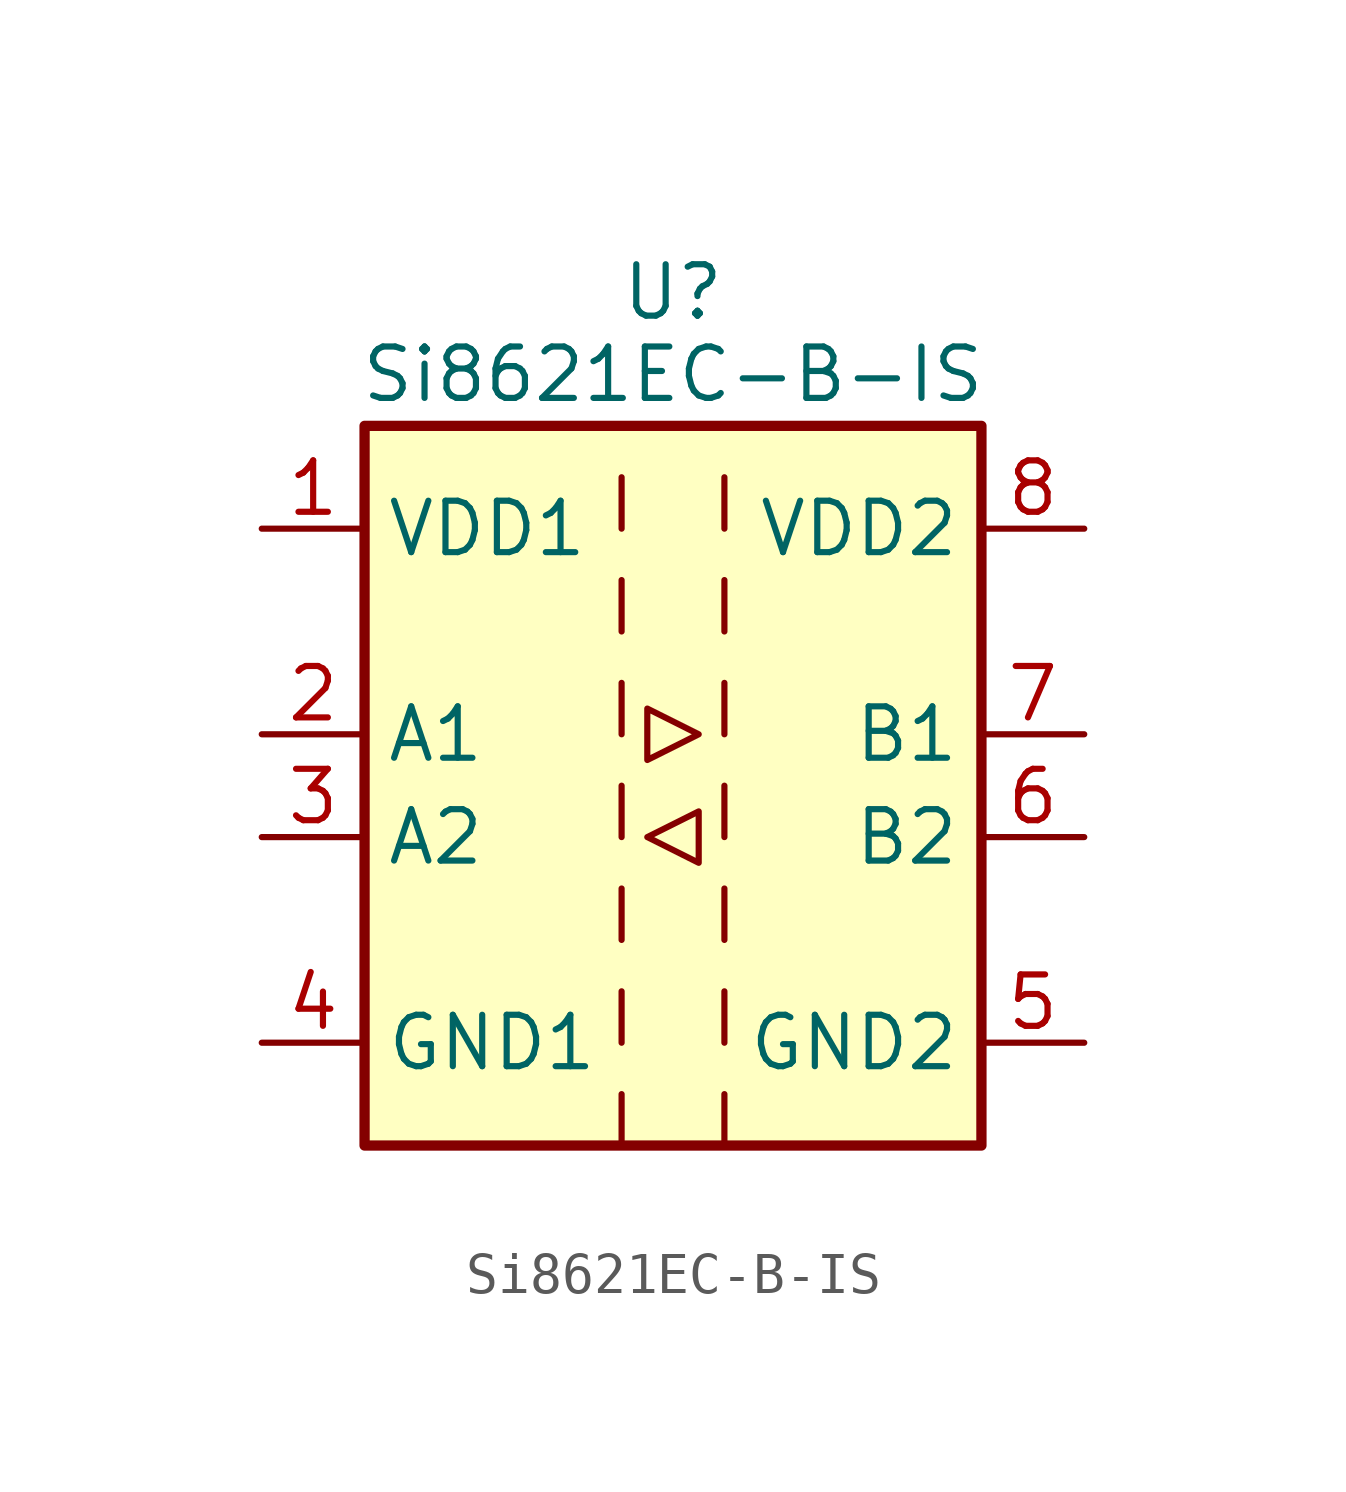
<source format=kicad_sym>
(kicad_symbol_lib
  (version 20231120)
  (generator "kicad_symbol_editor")
  (generator_version "8.0")
  (symbol "Si8621EC-B-IS"
    (property "Reference" "U"
      (at 0 12.192 0)
      (effects (font (size 1.27 1.27))))
    (property "Value" "Si8621EC-B-IS"
      (at 0 10.16 0)
      (effects (font (size 1.27 1.27))))
    (symbol "Si8621EC-B-IS_0_1"
      (rectangle (start -7.62 8.89) (end 7.62 -8.89) (stroke (width 0.254) (type default)) (fill (type background)))
      (polyline (pts (xy -1.27 -7.62) (xy -1.27 -8.89)) (stroke (width 0) (type default)) (fill (type none)))
      (polyline (pts (xy -1.27 -5.08) (xy -1.27 -6.35)) (stroke (width 0) (type default)) (fill (type none)))
      (polyline (pts (xy -1.27 -2.54) (xy -1.27 -3.81)) (stroke (width 0) (type default)) (fill (type none)))
      (polyline (pts (xy -1.27 0) (xy -1.27 -1.27)) (stroke (width 0) (type default)) (fill (type none)))
      (polyline (pts (xy -1.27 2.54) (xy -1.27 1.27)) (stroke (width 0) (type default)) (fill (type none)))
      (polyline (pts (xy -1.27 5.08) (xy -1.27 3.81)) (stroke (width 0) (type default)) (fill (type none)))
      (polyline (pts (xy -1.27 7.62) (xy -1.27 6.35)) (stroke (width 0) (type default)) (fill (type none)))
      (polyline (pts (xy 1.27 -7.62) (xy 1.27 -8.89)) (stroke (width 0) (type default)) (fill (type none)))
      (polyline (pts (xy 1.27 -5.08) (xy 1.27 -6.35)) (stroke (width 0) (type default)) (fill (type none)))
      (polyline (pts (xy 1.27 -2.54) (xy 1.27 -3.81)) (stroke (width 0) (type default)) (fill (type none)))
      (polyline (pts (xy 1.27 0) (xy 1.27 -1.27)) (stroke (width 0) (type default)) (fill (type none)))
      (polyline (pts (xy 1.27 2.54) (xy 1.27 1.27)) (stroke (width 0) (type default)) (fill (type none)))
      (polyline (pts (xy 1.27 5.08) (xy 1.27 3.81)) (stroke (width 0) (type default)) (fill (type none)))
      (polyline (pts (xy 1.27 7.62) (xy 1.27 6.35)) (stroke (width 0) (type default)) (fill (type none)))
      (polyline (pts (xy -0.635 -1.27) (xy 0.635 -0.635) (xy 0.635 -1.905) (xy -0.635 -1.27)) (stroke (width 0) (type default)) (fill (type none)))
      (polyline (pts (xy -0.635 1.905) (xy -0.635 0.635) (xy 0.635 1.27) (xy -0.635 1.905)) (stroke (width 0) (type default)) (fill (type none))))
    (symbol "Si8621EC-B-IS_1_1"
      (pin power_in line (at -10.16 6.35 0) (length 2.54) (name "VDD1" (effects (font (size 1.27 1.27)))) (number "1" (effects (font (size 1.27 1.27)))))
      (pin input line (at -10.16 1.27 0) (length 2.54) (name "A1" (effects (font (size 1.27 1.27)))) (number "2" (effects (font (size 1.27 1.27)))))
      (pin output line (at -10.16 -1.27 0) (length 2.54) (name "A2" (effects (font (size 1.27 1.27)))) (number "3" (effects (font (size 1.27 1.27)))))
      (pin power_in line (at -10.16 -6.35 0) (length 2.54) (name "GND1" (effects (font (size 1.27 1.27)))) (number "4" (effects (font (size 1.27 1.27)))))
      (pin power_in line (at 10.16 -6.35 180) (length 2.54) (name "GND2" (effects (font (size 1.27 1.27)))) (number "5" (effects (font (size 1.27 1.27)))))
      (pin input line (at 10.16 -1.27 180) (length 2.54) (name "B2" (effects (font (size 1.27 1.27)))) (number "6" (effects (font (size 1.27 1.27)))))
      (pin output line (at 10.16 1.27 180) (length 2.54) (name "B1" (effects (font (size 1.27 1.27)))) (number "7" (effects (font (size 1.27 1.27)))))
      (pin power_in line (at 10.16 6.35 180) (length 2.54) (name "VDD2" (effects (font (size 1.27 1.27)))) (number "8" (effects (font (size 1.27 1.27))))))))
</source>
